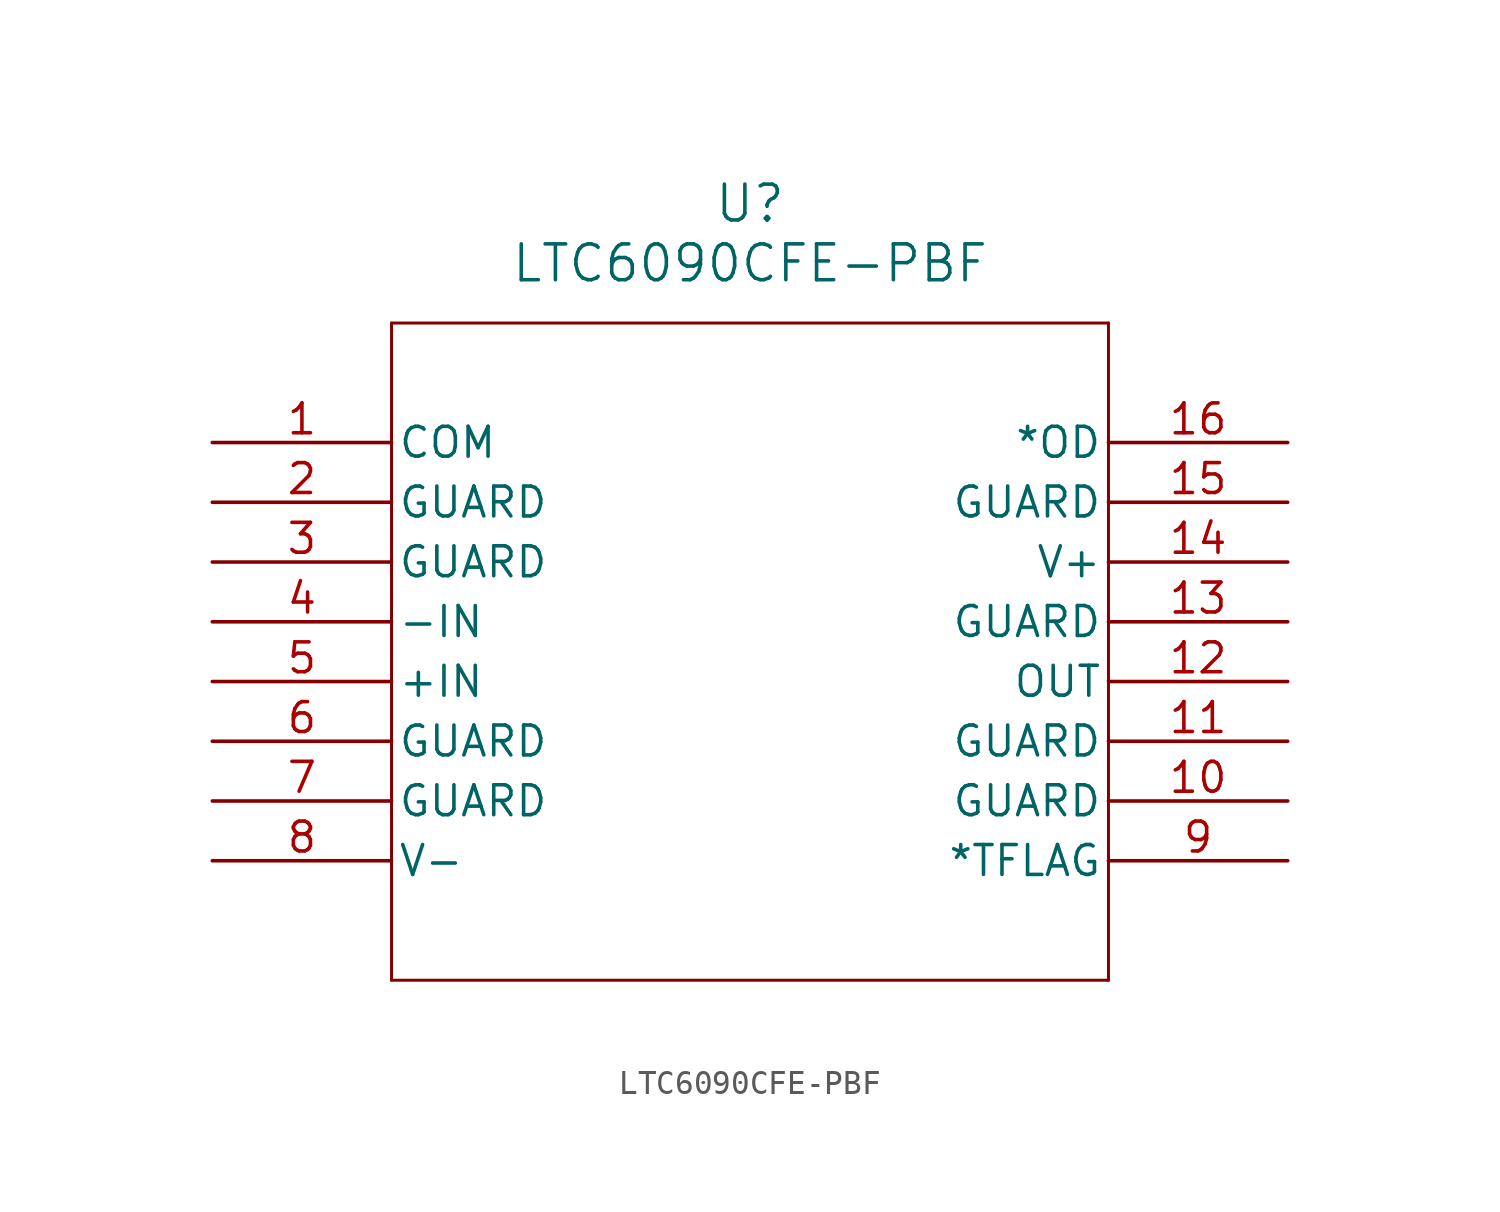
<source format=kicad_sym>
(kicad_symbol_lib
  (version 20211014)
  (generator kicad_symbol_editor)
  (symbol "LTC6090CFE-PBF"
    (pin_names
      (offset 0.254))
    (property "Reference" "U"
      (at 22.86 10.16 0)
      (effects (font (size 1.524 1.524))))
    (property "Value" "LTC6090CFE-PBF"
      (at 22.86 7.62 0)
      (effects (font (size 1.524 1.524))))
    (symbol "LTC6090CFE-PBF_0_1"
      (polyline (pts (xy 7.62 5.08) (xy 7.62 -22.86)) (stroke (width 0.127) (type default) (color 0 0 0 0)) (fill (type none)))
      (polyline (pts (xy 7.62 -22.86) (xy 38.1 -22.86)) (stroke (width 0.127) (type default) (color 0 0 0 0)) (fill (type none)))
      (polyline (pts (xy 38.1 -22.86) (xy 38.1 5.08)) (stroke (width 0.127) (type default) (color 0 0 0 0)) (fill (type none)))
      (polyline (pts (xy 38.1 5.08) (xy 7.62 5.08)) (stroke (width 0.127) (type default) (color 0 0 0 0)) (fill (type none)))
      (pin unspecified line (at 0 0 0) (length 7.62) (name "COM" (effects (font (size 1.27 1.27)))) (number "1" (effects (font (size 1.27 1.27)))))
      (pin unspecified line (at 0 -2.54 0) (length 7.62) (name "GUARD" (effects (font (size 1.27 1.27)))) (number "2" (effects (font (size 1.27 1.27)))))
      (pin unspecified line (at 0 -5.08 0) (length 7.62) (name "GUARD" (effects (font (size 1.27 1.27)))) (number "3" (effects (font (size 1.27 1.27)))))
      (pin input line (at 0 -7.62 0) (length 7.62) (name "-IN" (effects (font (size 1.27 1.27)))) (number "4" (effects (font (size 1.27 1.27)))))
      (pin input line (at 0 -10.16 0) (length 7.62) (name "+IN" (effects (font (size 1.27 1.27)))) (number "5" (effects (font (size 1.27 1.27)))))
      (pin unspecified line (at 0 -12.7 0) (length 7.62) (name "GUARD" (effects (font (size 1.27 1.27)))) (number "6" (effects (font (size 1.27 1.27)))))
      (pin unspecified line (at 0 -15.24 0) (length 7.62) (name "GUARD" (effects (font (size 1.27 1.27)))) (number "7" (effects (font (size 1.27 1.27)))))
      (pin power_in line (at 0 -17.78 0) (length 7.62) (name "V-" (effects (font (size 1.27 1.27)))) (number "8" (effects (font (size 1.27 1.27)))))
      (pin output line (at 45.72 -17.78 180) (length 7.62) (name "*TFLAG" (effects (font (size 1.27 1.27)))) (number "9" (effects (font (size 1.27 1.27)))))
      (pin unspecified line (at 45.72 -15.24 180) (length 7.62) (name "GUARD" (effects (font (size 1.27 1.27)))) (number "10" (effects (font (size 1.27 1.27)))))
      (pin unspecified line (at 45.72 -12.7 180) (length 7.62) (name "GUARD" (effects (font (size 1.27 1.27)))) (number "11" (effects (font (size 1.27 1.27)))))
      (pin output line (at 45.72 -10.16 180) (length 7.62) (name "OUT" (effects (font (size 1.27 1.27)))) (number "12" (effects (font (size 1.27 1.27)))))
      (pin unspecified line (at 45.72 -7.62 180) (length 7.62) (name "GUARD" (effects (font (size 1.27 1.27)))) (number "13" (effects (font (size 1.27 1.27)))))
      (pin power_in line (at 45.72 -5.08 180) (length 7.62) (name "V+" (effects (font (size 1.27 1.27)))) (number "14" (effects (font (size 1.27 1.27)))))
      (pin unspecified line (at 45.72 -2.54 180) (length 7.62) (name "GUARD" (effects (font (size 1.27 1.27)))) (number "15" (effects (font (size 1.27 1.27)))))
      (pin output line (at 45.72 0 180) (length 7.62) (name "*OD" (effects (font (size 1.27 1.27)))) (number "16" (effects (font (size 1.27 1.27))))))))
</source>
